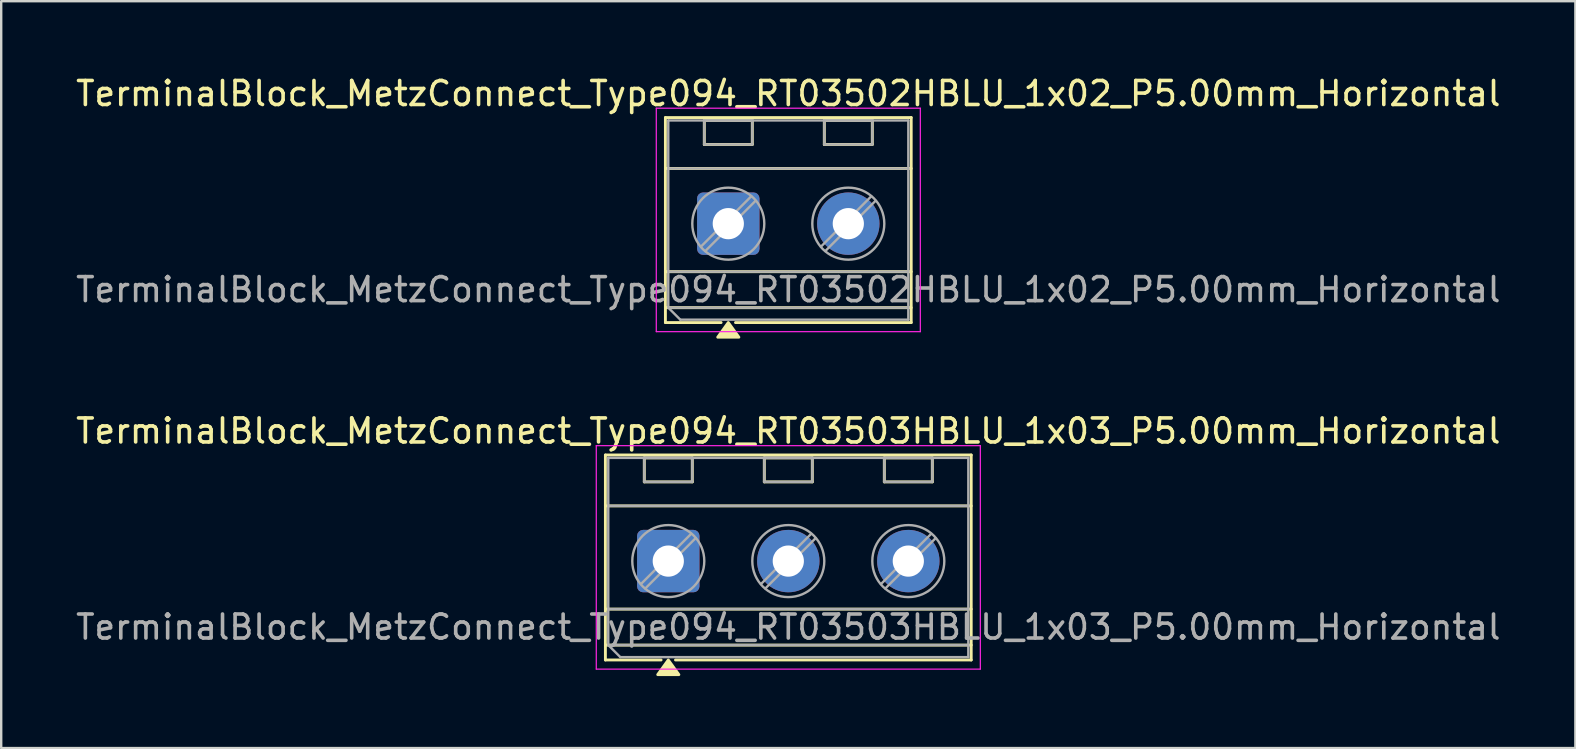
<source format=kicad_pcb>
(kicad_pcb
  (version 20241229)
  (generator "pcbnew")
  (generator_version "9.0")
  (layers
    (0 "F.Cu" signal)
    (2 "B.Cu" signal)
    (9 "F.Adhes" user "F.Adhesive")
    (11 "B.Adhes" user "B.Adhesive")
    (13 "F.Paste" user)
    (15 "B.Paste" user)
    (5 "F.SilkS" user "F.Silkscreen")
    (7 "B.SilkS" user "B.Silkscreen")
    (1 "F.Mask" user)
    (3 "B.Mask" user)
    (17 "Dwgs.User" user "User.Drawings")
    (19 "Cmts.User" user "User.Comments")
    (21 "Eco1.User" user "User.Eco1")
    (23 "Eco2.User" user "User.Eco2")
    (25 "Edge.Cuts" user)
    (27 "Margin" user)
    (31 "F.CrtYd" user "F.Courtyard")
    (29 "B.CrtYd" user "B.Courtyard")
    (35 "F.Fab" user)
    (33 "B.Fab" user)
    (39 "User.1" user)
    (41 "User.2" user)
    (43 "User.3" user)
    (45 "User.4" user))
  (footprint "TerminalBlock_MetzConnect_Type094_RT03503HBLU_1x03_P5.00mm_Horizontal"
    (layer "F.Cu")
    (at 24.792 20.326)
    (property "Reference" "TerminalBlock_MetzConnect_Type094_RT03503HBLU_1x03_P5.00mm_Horizontal" (at 5 -5.42 0) (layer "F.SilkS") (effects (font (size 1 1) (thickness 0.15))))
    (attr through_hole)
    (fp_line (start -2.62 -4.42) (end -2.62 4.12) (stroke (width 0.12) (type solid)) (layer "F.SilkS"))
    (fp_line (start -2.62 -4.42) (end 12.62 -4.42) (stroke (width 0.12) (type solid)) (layer "F.SilkS"))
    (fp_line (start -2.62 -2.3) (end 12.62 -2.3) (stroke (width 0.12) (type solid)) (layer "F.SilkS"))
    (fp_line (start -2.62 2) (end 12.62 2) (stroke (width 0.12) (type solid)) (layer "F.SilkS"))
    (fp_line (start -2.62 3.5) (end 12.62 3.5) (stroke (width 0.12) (type solid)) (layer "F.SilkS"))
    (fp_line (start -2.62 4.12) (end -0.3 4.12) (stroke (width 0.12) (type solid)) (layer "F.SilkS"))
    (fp_line (start -1 -4.3) (end -1 -3.3) (stroke (width 0.12) (type solid)) (layer "F.SilkS"))
    (fp_line (start -1 -4.3) (end 1 -4.3) (stroke (width 0.12) (type solid)) (layer "F.SilkS"))
    (fp_line (start -1 -3.3) (end 1 -3.3) (stroke (width 0.12) (type solid)) (layer "F.SilkS"))
    (fp_line (start 0.3 4.12) (end 12.62 4.12) (stroke (width 0.12) (type solid)) (layer "F.SilkS"))
    (fp_line (start 1 -4.3) (end 1 -3.3) (stroke (width 0.12) (type solid)) (layer "F.SilkS"))
    (fp_line (start 4 -4.3) (end 4 -3.3) (stroke (width 0.12) (type solid)) (layer "F.SilkS"))
    (fp_line (start 4 -4.3) (end 6 -4.3) (stroke (width 0.12) (type solid)) (layer "F.SilkS"))
    (fp_line (start 4 -3.3) (end 6 -3.3) (stroke (width 0.12) (type solid)) (layer "F.SilkS"))
    (fp_line (start 6 -4.3) (end 6 -3.3) (stroke (width 0.12) (type solid)) (layer "F.SilkS"))
    (fp_line (start 9 -4.3) (end 9 -3.3) (stroke (width 0.12) (type solid)) (layer "F.SilkS"))
    (fp_line (start 9 -4.3) (end 11 -4.3) (stroke (width 0.12) (type solid)) (layer "F.SilkS"))
    (fp_line (start 9 -3.3) (end 11 -3.3) (stroke (width 0.12) (type solid)) (layer "F.SilkS"))
    (fp_line (start 11 -4.3) (end 11 -3.3) (stroke (width 0.12) (type solid)) (layer "F.SilkS"))
    (fp_line (start 12.62 -4.42) (end 12.62 4.12) (stroke (width 0.12) (type solid)) (layer "F.SilkS"))
    (fp_poly (pts (xy 0 4.12) (xy 0.44 4.73) (xy -0.44 4.73)) (stroke (width 0.12) (type solid)) (fill yes) (layer "F.SilkS"))
    (fp_line (start -3 -4.81) (end -3 4.5) (stroke (width 0.05) (type solid)) (layer "F.CrtYd"))
    (fp_line (start -3 4.5) (end 13 4.5) (stroke (width 0.05) (type solid)) (layer "F.CrtYd"))
    (fp_line (start 13 -4.81) (end -3 -4.81) (stroke (width 0.05) (type solid)) (layer "F.CrtYd"))
    (fp_line (start 13 4.5) (end 13 -4.81) (stroke (width 0.05) (type solid)) (layer "F.CrtYd"))
    (fp_line (start -2.5 -4.3) (end 12.5 -4.3) (stroke (width 0.1) (type solid)) (layer "F.Fab"))
    (fp_line (start -2.5 -2.3) (end 12.5 -2.3) (stroke (width 0.1) (type solid)) (layer "F.Fab"))
    (fp_line (start -2.5 2) (end 12.5 2) (stroke (width 0.1) (type solid)) (layer "F.Fab"))
    (fp_line (start -2.5 3.5) (end -2.5 -4.3) (stroke (width 0.1) (type solid)) (layer "F.Fab"))
    (fp_line (start -2.5 3.5) (end 12.5 3.5) (stroke (width 0.1) (type solid)) (layer "F.Fab"))
    (fp_line (start -2 4) (end -2.5 3.5) (stroke (width 0.1) (type solid)) (layer "F.Fab"))
    (fp_line (start -1 -4.3) (end -1 -3.3) (stroke (width 0.1) (type solid)) (layer "F.Fab"))
    (fp_line (start -1 -3.3) (end 1 -3.3) (stroke (width 0.1) (type solid)) (layer "F.Fab"))
    (fp_line (start 0.955 -1.138) (end -1.138 0.955) (stroke (width 0.1) (type solid)) (layer "F.Fab"))
    (fp_line (start 1 -4.3) (end -1 -4.3) (stroke (width 0.1) (type solid)) (layer "F.Fab"))
    (fp_line (start 1 -3.3) (end 1 -4.3) (stroke (width 0.1) (type solid)) (layer "F.Fab"))
    (fp_line (start 1.138 -0.955) (end -0.955 1.138) (stroke (width 0.1) (type solid)) (layer "F.Fab"))
    (fp_line (start 4 -4.3) (end 4 -3.3) (stroke (width 0.1) (type solid)) (layer "F.Fab"))
    (fp_line (start 4 -3.3) (end 6 -3.3) (stroke (width 0.1) (type solid)) (layer "F.Fab"))
    (fp_line (start 5.955 -1.138) (end 3.862 0.955) (stroke (width 0.1) (type solid)) (layer "F.Fab"))
    (fp_line (start 6 -4.3) (end 4 -4.3) (stroke (width 0.1) (type solid)) (layer "F.Fab"))
    (fp_line (start 6 -3.3) (end 6 -4.3) (stroke (width 0.1) (type solid)) (layer "F.Fab"))
    (fp_line (start 6.138 -0.955) (end 4.045 1.138) (stroke (width 0.1) (type solid)) (layer "F.Fab"))
    (fp_line (start 9 -4.3) (end 9 -3.3) (stroke (width 0.1) (type solid)) (layer "F.Fab"))
    (fp_line (start 9 -3.3) (end 11 -3.3) (stroke (width 0.1) (type solid)) (layer "F.Fab"))
    (fp_line (start 10.955 -1.138) (end 8.862 0.955) (stroke (width 0.1) (type solid)) (layer "F.Fab"))
    (fp_line (start 11 -4.3) (end 9 -4.3) (stroke (width 0.1) (type solid)) (layer "F.Fab"))
    (fp_line (start 11 -3.3) (end 11 -4.3) (stroke (width 0.1) (type solid)) (layer "F.Fab"))
    (fp_line (start 11.138 -0.955) (end 9.045 1.138) (stroke (width 0.1) (type solid)) (layer "F.Fab"))
    (fp_line (start 12.5 -4.3) (end 12.5 4) (stroke (width 0.1) (type solid)) (layer "F.Fab"))
    (fp_line (start 12.5 4) (end -2 4) (stroke (width 0.1) (type solid)) (layer "F.Fab"))
    (fp_circle (center 0 0) (end 1.5 0) (stroke (width 0.1) (type solid)) (fill no) (layer "F.Fab"))
    (fp_circle (center 5 0) (end 6.5 0) (stroke (width 0.1) (type solid)) (fill no) (layer "F.Fab"))
    (fp_circle (center 10 0) (end 11.5 0) (stroke (width 0.1) (type solid)) (fill no) (layer "F.Fab"))
    (fp_text user "${REFERENCE}" (at 5 2.75 0) (layer "F.Fab") (effects (font (size 1 1) (thickness 0.15))))
    (pad "1" thru_hole roundrect (at 0 0) (size 2.6 2.6) (drill 1.3) (layers "*.Cu" "*.Mask") (roundrect_rratio 0.096))
    (pad "2" thru_hole circle (at 5 0) (size 2.6 2.6) (drill 1.3) (layers "*.Cu" "*.Mask"))
    (pad "3" thru_hole circle (at 10 0) (size 2.6 2.6) (drill 1.3) (layers "*.Cu" "*.Mask")))
  (footprint "TerminalBlock_MetzConnect_Type094_RT03502HBLU_1x02_P5.00mm_Horizontal"
    (layer "F.Cu")
    (at 27.292 6.268)
    (property "Reference" "TerminalBlock_MetzConnect_Type094_RT03502HBLU_1x02_P5.00mm_Horizontal" (at 2.5 -5.42 0) (layer "F.SilkS") (effects (font (size 1 1) (thickness 0.15))))
    (attr through_hole)
    (fp_line (start -2.62 -4.42) (end -2.62 4.12) (stroke (width 0.12) (type solid)) (layer "F.SilkS"))
    (fp_line (start -2.62 -4.42) (end 7.62 -4.42) (stroke (width 0.12) (type solid)) (layer "F.SilkS"))
    (fp_line (start -2.62 -2.3) (end 7.62 -2.3) (stroke (width 0.12) (type solid)) (layer "F.SilkS"))
    (fp_line (start -2.62 2) (end 7.62 2) (stroke (width 0.12) (type solid)) (layer "F.SilkS"))
    (fp_line (start -2.62 3.5) (end 7.62 3.5) (stroke (width 0.12) (type solid)) (layer "F.SilkS"))
    (fp_line (start -2.62 4.12) (end -0.3 4.12) (stroke (width 0.12) (type solid)) (layer "F.SilkS"))
    (fp_line (start -1 -4.3) (end -1 -3.3) (stroke (width 0.12) (type solid)) (layer "F.SilkS"))
    (fp_line (start -1 -4.3) (end 1 -4.3) (stroke (width 0.12) (type solid)) (layer "F.SilkS"))
    (fp_line (start -1 -3.3) (end 1 -3.3) (stroke (width 0.12) (type solid)) (layer "F.SilkS"))
    (fp_line (start 0.3 4.12) (end 7.62 4.12) (stroke (width 0.12) (type solid)) (layer "F.SilkS"))
    (fp_line (start 1 -4.3) (end 1 -3.3) (stroke (width 0.12) (type solid)) (layer "F.SilkS"))
    (fp_line (start 4 -4.3) (end 4 -3.3) (stroke (width 0.12) (type solid)) (layer "F.SilkS"))
    (fp_line (start 4 -4.3) (end 6 -4.3) (stroke (width 0.12) (type solid)) (layer "F.SilkS"))
    (fp_line (start 4 -3.3) (end 6 -3.3) (stroke (width 0.12) (type solid)) (layer "F.SilkS"))
    (fp_line (start 6 -4.3) (end 6 -3.3) (stroke (width 0.12) (type solid)) (layer "F.SilkS"))
    (fp_line (start 7.62 -4.42) (end 7.62 4.12) (stroke (width 0.12) (type solid)) (layer "F.SilkS"))
    (fp_poly (pts (xy 0 4.12) (xy 0.44 4.73) (xy -0.44 4.73)) (stroke (width 0.12) (type solid)) (fill yes) (layer "F.SilkS"))
    (fp_line (start -3 -4.81) (end -3 4.5) (stroke (width 0.05) (type solid)) (layer "F.CrtYd"))
    (fp_line (start -3 4.5) (end 8 4.5) (stroke (width 0.05) (type solid)) (layer "F.CrtYd"))
    (fp_line (start 8 -4.81) (end -3 -4.81) (stroke (width 0.05) (type solid)) (layer "F.CrtYd"))
    (fp_line (start 8 4.5) (end 8 -4.81) (stroke (width 0.05) (type solid)) (layer "F.CrtYd"))
    (fp_line (start -2.5 -4.3) (end 7.5 -4.3) (stroke (width 0.1) (type solid)) (layer "F.Fab"))
    (fp_line (start -2.5 -2.3) (end 7.5 -2.3) (stroke (width 0.1) (type solid)) (layer "F.Fab"))
    (fp_line (start -2.5 2) (end 7.5 2) (stroke (width 0.1) (type solid)) (layer "F.Fab"))
    (fp_line (start -2.5 3.5) (end -2.5 -4.3) (stroke (width 0.1) (type solid)) (layer "F.Fab"))
    (fp_line (start -2.5 3.5) (end 7.5 3.5) (stroke (width 0.1) (type solid)) (layer "F.Fab"))
    (fp_line (start -2 4) (end -2.5 3.5) (stroke (width 0.1) (type solid)) (layer "F.Fab"))
    (fp_line (start -1 -4.3) (end -1 -3.3) (stroke (width 0.1) (type solid)) (layer "F.Fab"))
    (fp_line (start -1 -3.3) (end 1 -3.3) (stroke (width 0.1) (type solid)) (layer "F.Fab"))
    (fp_line (start 0.955 -1.138) (end -1.138 0.955) (stroke (width 0.1) (type solid)) (layer "F.Fab"))
    (fp_line (start 1 -4.3) (end -1 -4.3) (stroke (width 0.1) (type solid)) (layer "F.Fab"))
    (fp_line (start 1 -3.3) (end 1 -4.3) (stroke (width 0.1) (type solid)) (layer "F.Fab"))
    (fp_line (start 1.138 -0.955) (end -0.955 1.138) (stroke (width 0.1) (type solid)) (layer "F.Fab"))
    (fp_line (start 4 -4.3) (end 4 -3.3) (stroke (width 0.1) (type solid)) (layer "F.Fab"))
    (fp_line (start 4 -3.3) (end 6 -3.3) (stroke (width 0.1) (type solid)) (layer "F.Fab"))
    (fp_line (start 5.955 -1.138) (end 3.862 0.955) (stroke (width 0.1) (type solid)) (layer "F.Fab"))
    (fp_line (start 6 -4.3) (end 4 -4.3) (stroke (width 0.1) (type solid)) (layer "F.Fab"))
    (fp_line (start 6 -3.3) (end 6 -4.3) (stroke (width 0.1) (type solid)) (layer "F.Fab"))
    (fp_line (start 6.138 -0.955) (end 4.045 1.138) (stroke (width 0.1) (type solid)) (layer "F.Fab"))
    (fp_line (start 7.5 -4.3) (end 7.5 4) (stroke (width 0.1) (type solid)) (layer "F.Fab"))
    (fp_line (start 7.5 4) (end -2 4) (stroke (width 0.1) (type solid)) (layer "F.Fab"))
    (fp_circle (center 0 0) (end 1.5 0) (stroke (width 0.1) (type solid)) (fill no) (layer "F.Fab"))
    (fp_circle (center 5 0) (end 6.5 0) (stroke (width 0.1) (type solid)) (fill no) (layer "F.Fab"))
    (fp_text user "${REFERENCE}" (at 2.5 2.75 0) (layer "F.Fab") (effects (font (size 1 1) (thickness 0.15))))
    (pad "1" thru_hole roundrect (at 0 0) (size 2.6 2.6) (drill 1.3) (layers "*.Cu" "*.Mask") (roundrect_rratio 0.096))
    (pad "2" thru_hole circle (at 5 0) (size 2.6 2.6) (drill 1.3) (layers "*.Cu" "*.Mask")))
  (gr_rect
    (start -3 -3)
    (end 62.583 28.116)
    (stroke (width 0.1) (type default))
    (fill no)
    (layer "Edge.Cuts")))
</source>
